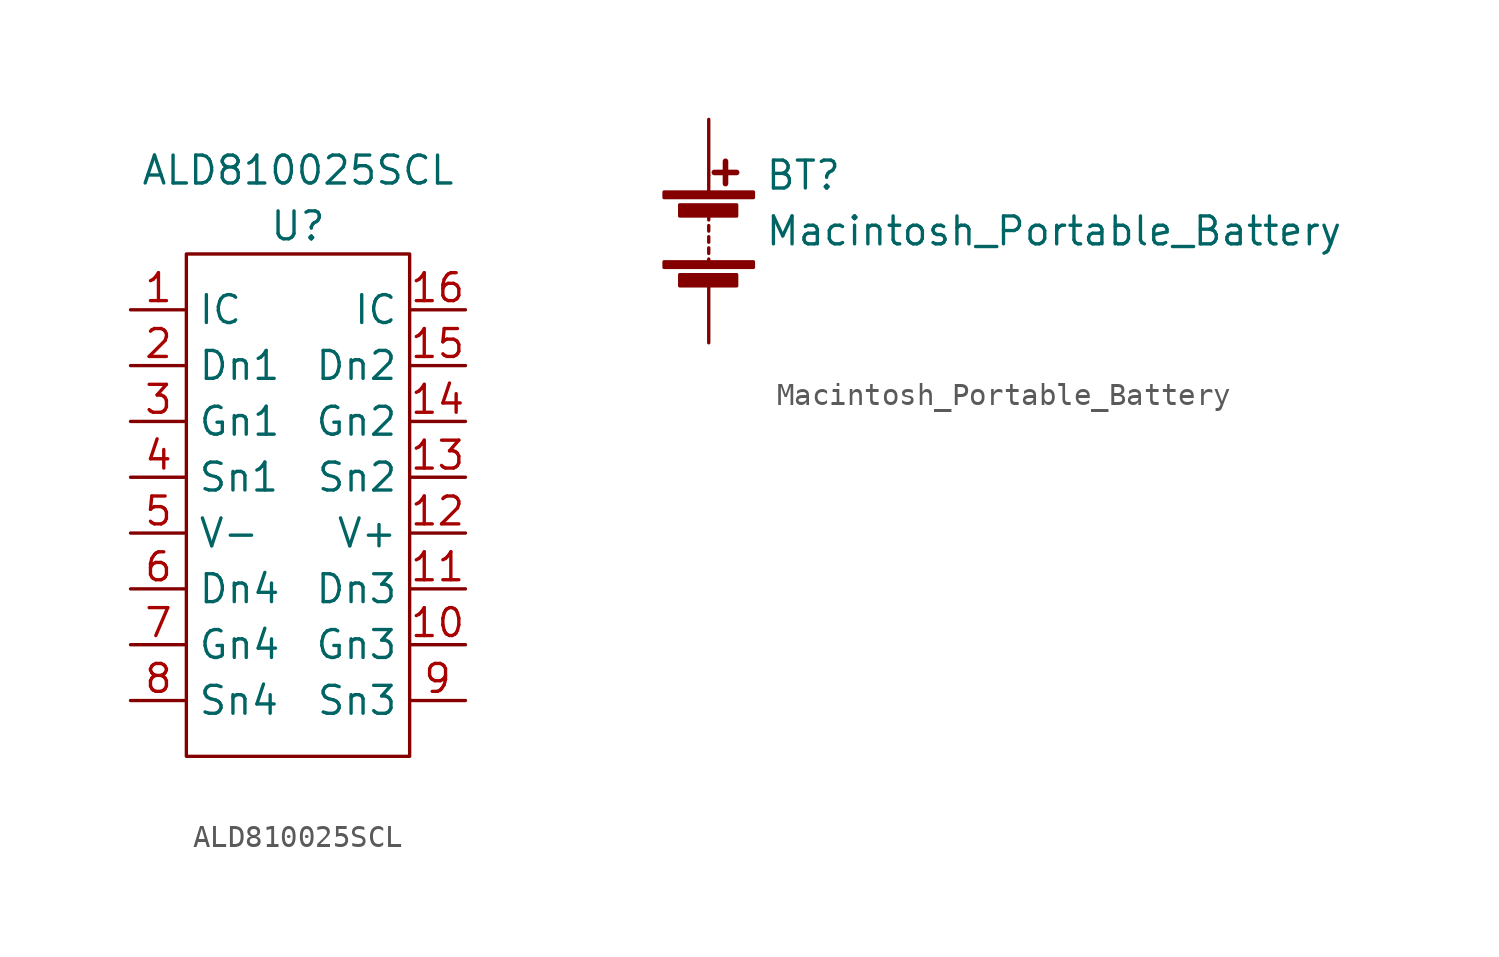
<source format=kicad_sym>
(kicad_symbol_lib
  (version 20211014)
  (generator kicad_symbol_editor)
  (symbol "ALD810025SCL"
    (property "Reference" "U"
      (at 0 12.7 0)
      (effects (font (size 1.27 1.27))))
    (property "Value" "ALD810025SCL"
      (at 0 15.24 0)
      (effects (font (size 1.27 1.27))))
    (symbol "ALD810025SCL_0_1"
      (rectangle (start -5.08 11.43) (end 5.08 -11.43) (stroke (width 0) (type default) (color 0 0 0 0)) (fill (type none))))
    (symbol "ALD810025SCL_1_1"
      (pin input line (at -7.62 8.89 0) (length 2.54) (name "IC" (effects (font (size 1.27 1.27)))) (number "1" (effects (font (size 1.27 1.27)))))
      (pin input line (at 7.62 -6.35 180) (length 2.54) (name "Gn3" (effects (font (size 1.27 1.27)))) (number "10" (effects (font (size 1.27 1.27)))))
      (pin input line (at 7.62 -3.81 180) (length 2.54) (name "Dn3" (effects (font (size 1.27 1.27)))) (number "11" (effects (font (size 1.27 1.27)))))
      (pin input line (at 7.62 -1.27 180) (length 2.54) (name "V+" (effects (font (size 1.27 1.27)))) (number "12" (effects (font (size 1.27 1.27)))))
      (pin input line (at 7.62 1.27 180) (length 2.54) (name "Sn2" (effects (font (size 1.27 1.27)))) (number "13" (effects (font (size 1.27 1.27)))))
      (pin input line (at 7.62 3.81 180) (length 2.54) (name "Gn2" (effects (font (size 1.27 1.27)))) (number "14" (effects (font (size 1.27 1.27)))))
      (pin input line (at 7.62 6.35 180) (length 2.54) (name "Dn2" (effects (font (size 1.27 1.27)))) (number "15" (effects (font (size 1.27 1.27)))))
      (pin input line (at 7.62 8.89 180) (length 2.54) (name "IC" (effects (font (size 1.27 1.27)))) (number "16" (effects (font (size 1.27 1.27)))))
      (pin input line (at -7.62 6.35 0) (length 2.54) (name "Dn1" (effects (font (size 1.27 1.27)))) (number "2" (effects (font (size 1.27 1.27)))))
      (pin input line (at -7.62 3.81 0) (length 2.54) (name "Gn1" (effects (font (size 1.27 1.27)))) (number "3" (effects (font (size 1.27 1.27)))))
      (pin input line (at -7.62 1.27 0) (length 2.54) (name "Sn1" (effects (font (size 1.27 1.27)))) (number "4" (effects (font (size 1.27 1.27)))))
      (pin input line (at -7.62 -1.27 0) (length 2.54) (name "V-" (effects (font (size 1.27 1.27)))) (number "5" (effects (font (size 1.27 1.27)))))
      (pin input line (at -7.62 -3.81 0) (length 2.54) (name "Dn4" (effects (font (size 1.27 1.27)))) (number "6" (effects (font (size 1.27 1.27)))))
      (pin input line (at -7.62 -6.35 0) (length 2.54) (name "Gn4" (effects (font (size 1.27 1.27)))) (number "7" (effects (font (size 1.27 1.27)))))
      (pin input line (at -7.62 -8.89 0) (length 2.54) (name "Sn4" (effects (font (size 1.27 1.27)))) (number "8" (effects (font (size 1.27 1.27)))))
      (pin input line (at 7.62 -8.89 180) (length 2.54) (name "Sn3" (effects (font (size 1.27 1.27)))) (number "9" (effects (font (size 1.27 1.27)))))))
  (symbol "Macintosh_Portable_Battery"
    (pin_numbers hide)
    (pin_names
      (offset 0) hide)
    (property "Reference" "BT"
      (at 2.54 2.54 0)
      (effects (font (size 1.27 1.27)) (justify left)))
    (property "Value" "Macintosh_Portable_Battery"
      (at 2.54 0 0)
      (effects (font (size 1.27 1.27)) (justify left)))
    (symbol "Macintosh_Portable_Battery_0_1"
      (rectangle (start -2.032 -1.397) (end 2.032 -1.651) (stroke (width 0) (type default) (color 0 0 0 0)) (fill (type outline)))
      (rectangle (start -2.032 1.778) (end 2.032 1.524) (stroke (width 0) (type default) (color 0 0 0 0)) (fill (type outline)))
      (rectangle (start -1.321 -1.981) (end 1.27 -2.489) (stroke (width 0) (type default) (color 0 0 0 0)) (fill (type outline)))
      (rectangle (start -1.321 1.194) (end 1.27 0.686) (stroke (width 0) (type default) (color 0 0 0 0)) (fill (type outline)))
      (polyline (pts (xy 0 -1.524) (xy 0 -1.27)) (stroke (width 0) (type default) (color 0 0 0 0)) (fill (type none)))
      (polyline (pts (xy 0 -1.016) (xy 0 -0.762)) (stroke (width 0) (type default) (color 0 0 0 0)) (fill (type none)))
      (polyline (pts (xy 0 -0.508) (xy 0 -0.254)) (stroke (width 0) (type default) (color 0 0 0 0)) (fill (type none)))
      (polyline (pts (xy 0 0) (xy 0 0.254)) (stroke (width 0) (type default) (color 0 0 0 0)) (fill (type none)))
      (polyline (pts (xy 0 0.508) (xy 0 0.762)) (stroke (width 0) (type default) (color 0 0 0 0)) (fill (type none)))
      (polyline (pts (xy 0 1.778) (xy 0 2.54)) (stroke (width 0) (type default) (color 0 0 0 0)) (fill (type none)))
      (polyline (pts (xy 0.254 2.667) (xy 1.27 2.667)) (stroke (width 0.254) (type default) (color 0 0 0 0)) (fill (type none)))
      (polyline (pts (xy 0.762 3.175) (xy 0.762 2.159)) (stroke (width 0.254) (type default) (color 0 0 0 0)) (fill (type none))))
    (symbol "Macintosh_Portable_Battery_1_1"
      (pin passive line (at 0 5.08 270) (length 2.54) (name "+" (effects (font (size 1.27 1.27)))) (number "1" (effects (font (size 1.27 1.27)))))
      (pin passive line (at 0 -5.08 90) (length 2.54) (name "-" (effects (font (size 1.27 1.27)))) (number "2" (effects (font (size 1.27 1.27))))))))
</source>
